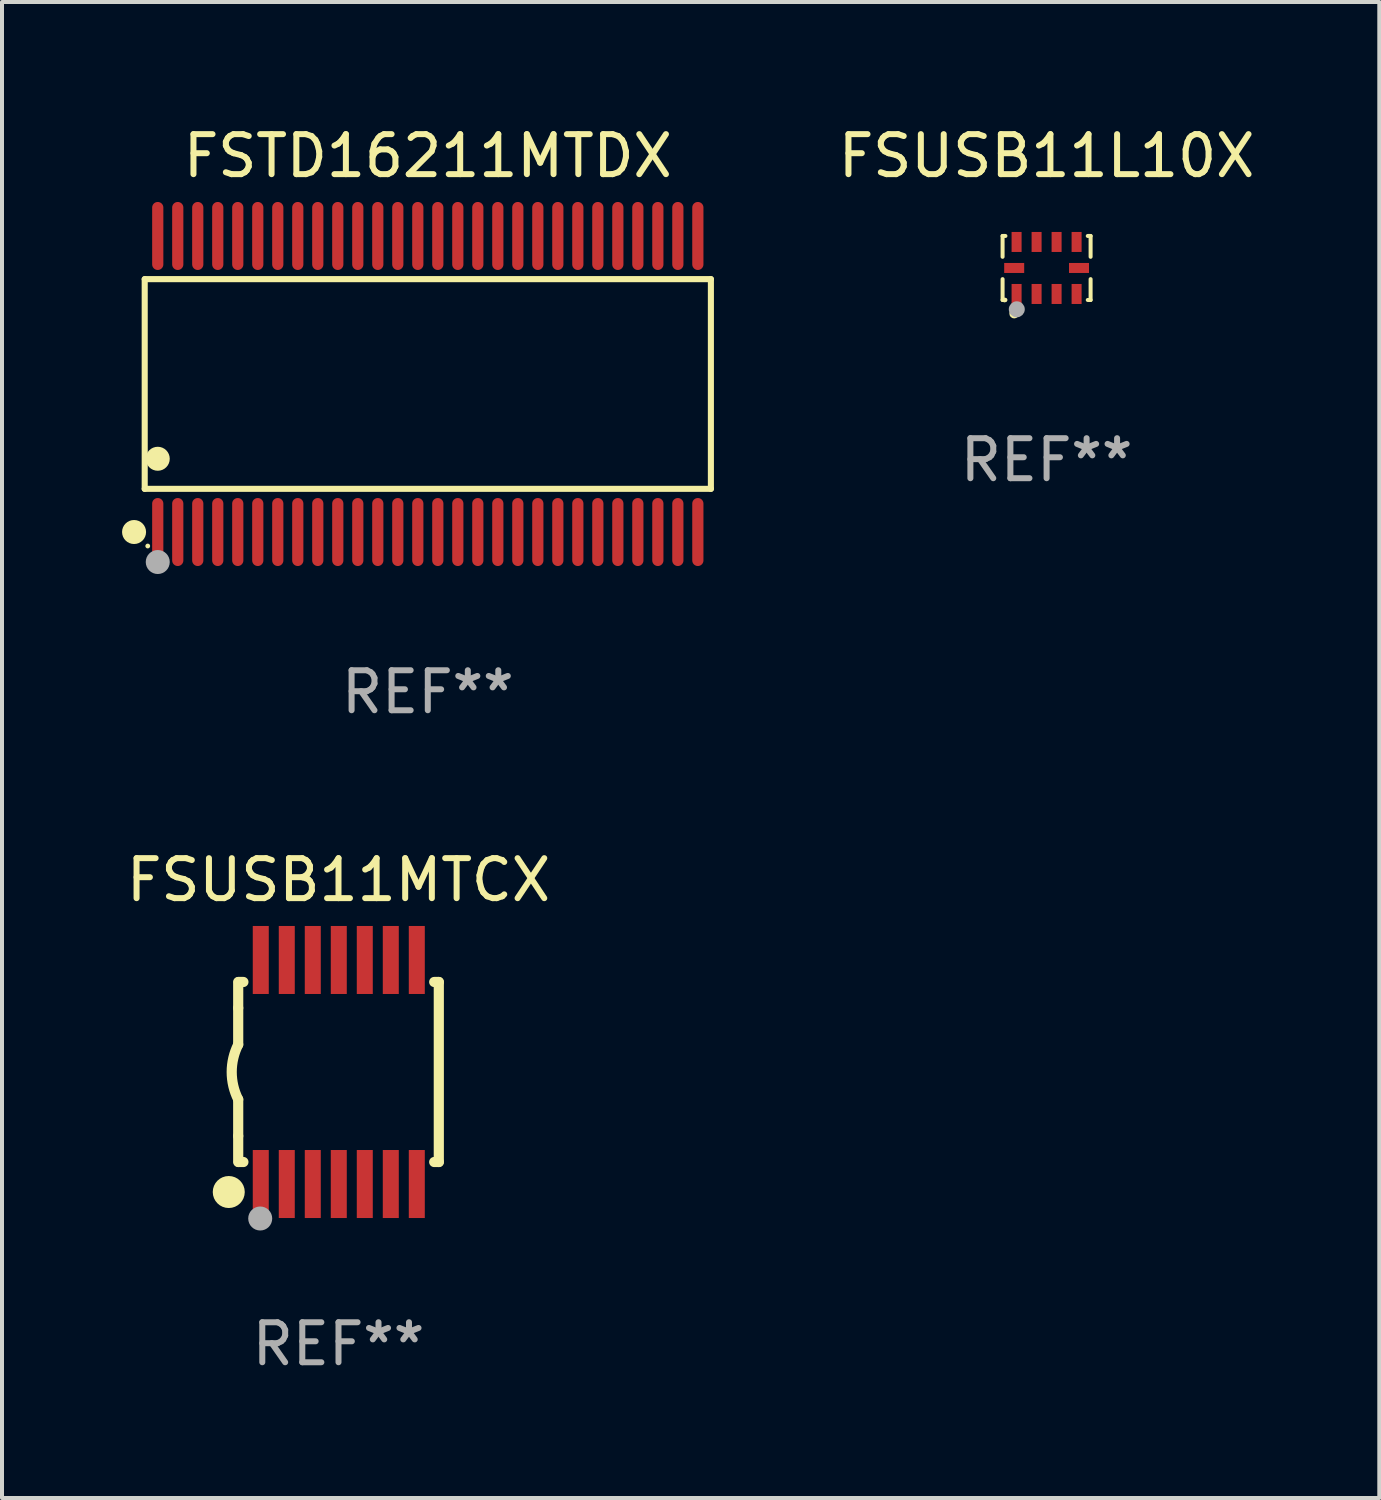
<source format=kicad_pcb>
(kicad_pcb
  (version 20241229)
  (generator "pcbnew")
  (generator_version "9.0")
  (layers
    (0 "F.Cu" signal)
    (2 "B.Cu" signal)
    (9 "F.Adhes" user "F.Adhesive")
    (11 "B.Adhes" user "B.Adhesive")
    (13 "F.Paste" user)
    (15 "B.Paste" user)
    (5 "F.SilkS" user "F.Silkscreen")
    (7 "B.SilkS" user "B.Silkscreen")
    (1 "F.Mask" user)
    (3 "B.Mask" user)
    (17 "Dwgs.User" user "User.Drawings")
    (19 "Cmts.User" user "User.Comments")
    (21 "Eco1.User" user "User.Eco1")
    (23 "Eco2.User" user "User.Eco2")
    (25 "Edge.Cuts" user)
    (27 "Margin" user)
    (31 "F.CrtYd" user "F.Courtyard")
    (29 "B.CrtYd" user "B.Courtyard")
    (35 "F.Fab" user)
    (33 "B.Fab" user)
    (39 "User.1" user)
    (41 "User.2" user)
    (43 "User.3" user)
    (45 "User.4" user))
  (footprint "FSTD16211MTDX"
    (layer "F.Cu")
    (at 7.643 6.548)
    (property "Reference" "FSTD16211MTDX" (at 0 -5.7 0) (layer "F.SilkS") (effects (font (size 1 1) (thickness 0.15))))
    (attr through_hole)
    (fp_line (start -7.076 -2.621) (end 7.076 -2.621) (stroke (width 0.152) (type solid)) (layer "F.SilkS"))
    (fp_line (start -7.076 2.621) (end -7.076 -2.621) (stroke (width 0.152) (type solid)) (layer "F.SilkS"))
    (fp_line (start 7.076 -2.621) (end 7.076 2.621) (stroke (width 0.152) (type solid)) (layer "F.SilkS"))
    (fp_line (start 7.076 2.621) (end -7.076 2.621) (stroke (width 0.152) (type solid)) (layer "F.SilkS"))
    (fp_circle (center -7.342 3.7) (end -7.192 3.7) (stroke (width 0.3) (type solid)) (fill no) (layer "F.SilkS"))
    (fp_circle (center -7 4.05) (end -6.97 4.05) (stroke (width 0.06) (type solid)) (fill no) (layer "F.SilkS"))
    (fp_circle (center -6.75 1.869) (end -6.6 1.869) (stroke (width 0.3) (type solid)) (fill no) (layer "F.SilkS"))
    (fp_circle (center -6.75 4.45) (end -6.6 4.45) (stroke (width 0.3) (type solid)) (fill no) (layer "F.Fab"))
    (fp_text user "REF**" (at 0 7.7 0) (layer "F.Fab") (effects (font (size 1 1) (thickness 0.15))))
    (pad "1" smd oval (at -6.75 3.7) (size 0.28 1.7) (layers "F.Cu" "F.Mask" "F.Paste"))
    (pad "2" smd oval (at -6.25 3.7) (size 0.28 1.7) (layers "F.Cu" "F.Mask" "F.Paste"))
    (pad "3" smd oval (at -5.75 3.7) (size 0.28 1.7) (layers "F.Cu" "F.Mask" "F.Paste"))
    (pad "4" smd oval (at -5.25 3.7) (size 0.28 1.7) (layers "F.Cu" "F.Mask" "F.Paste"))
    (pad "5" smd oval (at -4.75 3.7) (size 0.28 1.7) (layers "F.Cu" "F.Mask" "F.Paste"))
    (pad "6" smd oval (at -4.25 3.7) (size 0.28 1.7) (layers "F.Cu" "F.Mask" "F.Paste"))
    (pad "7" smd oval (at -3.75 3.7) (size 0.28 1.7) (layers "F.Cu" "F.Mask" "F.Paste"))
    (pad "8" smd oval (at -3.25 3.7) (size 0.28 1.7) (layers "F.Cu" "F.Mask" "F.Paste"))
    (pad "9" smd oval (at -2.75 3.7) (size 0.28 1.7) (layers "F.Cu" "F.Mask" "F.Paste"))
    (pad "10" smd oval (at -2.25 3.7) (size 0.28 1.7) (layers "F.Cu" "F.Mask" "F.Paste"))
    (pad "11" smd oval (at -1.75 3.7) (size 0.28 1.7) (layers "F.Cu" "F.Mask" "F.Paste"))
    (pad "12" smd oval (at -1.25 3.7) (size 0.28 1.7) (layers "F.Cu" "F.Mask" "F.Paste"))
    (pad "13" smd oval (at -0.75 3.7) (size 0.28 1.7) (layers "F.Cu" "F.Mask" "F.Paste"))
    (pad "14" smd oval (at -0.25 3.7) (size 0.28 1.7) (layers "F.Cu" "F.Mask" "F.Paste"))
    (pad "15" smd oval (at 0.25 3.7) (size 0.28 1.7) (layers "F.Cu" "F.Mask" "F.Paste"))
    (pad "16" smd oval (at 0.75 3.7) (size 0.28 1.7) (layers "F.Cu" "F.Mask" "F.Paste"))
    (pad "17" smd oval (at 1.25 3.7) (size 0.28 1.7) (layers "F.Cu" "F.Mask" "F.Paste"))
    (pad "18" smd oval (at 1.75 3.7) (size 0.28 1.7) (layers "F.Cu" "F.Mask" "F.Paste"))
    (pad "19" smd oval (at 2.25 3.7) (size 0.28 1.7) (layers "F.Cu" "F.Mask" "F.Paste"))
    (pad "20" smd oval (at 2.75 3.7) (size 0.28 1.7) (layers "F.Cu" "F.Mask" "F.Paste"))
    (pad "21" smd oval (at 3.25 3.7) (size 0.28 1.7) (layers "F.Cu" "F.Mask" "F.Paste"))
    (pad "22" smd oval (at 3.75 3.7) (size 0.28 1.7) (layers "F.Cu" "F.Mask" "F.Paste"))
    (pad "23" smd oval (at 4.25 3.7) (size 0.28 1.7) (layers "F.Cu" "F.Mask" "F.Paste"))
    (pad "24" smd oval (at 4.75 3.7) (size 0.28 1.7) (layers "F.Cu" "F.Mask" "F.Paste"))
    (pad "25" smd oval (at 5.25 3.7) (size 0.28 1.7) (layers "F.Cu" "F.Mask" "F.Paste"))
    (pad "26" smd oval (at 5.75 3.7) (size 0.28 1.7) (layers "F.Cu" "F.Mask" "F.Paste"))
    (pad "27" smd oval (at 6.25 3.7) (size 0.28 1.7) (layers "F.Cu" "F.Mask" "F.Paste"))
    (pad "28" smd oval (at 6.75 3.7) (size 0.28 1.7) (layers "F.Cu" "F.Mask" "F.Paste"))
    (pad "29" smd oval (at 6.75 -3.7) (size 0.28 1.7) (layers "F.Cu" "F.Mask" "F.Paste"))
    (pad "30" smd oval (at 6.25 -3.7) (size 0.28 1.7) (layers "F.Cu" "F.Mask" "F.Paste"))
    (pad "31" smd oval (at 5.75 -3.7) (size 0.28 1.7) (layers "F.Cu" "F.Mask" "F.Paste"))
    (pad "32" smd oval (at 5.25 -3.7) (size 0.28 1.7) (layers "F.Cu" "F.Mask" "F.Paste"))
    (pad "33" smd oval (at 4.75 -3.7) (size 0.28 1.7) (layers "F.Cu" "F.Mask" "F.Paste"))
    (pad "34" smd oval (at 4.25 -3.7) (size 0.28 1.7) (layers "F.Cu" "F.Mask" "F.Paste"))
    (pad "35" smd oval (at 3.75 -3.7) (size 0.28 1.7) (layers "F.Cu" "F.Mask" "F.Paste"))
    (pad "36" smd oval (at 3.25 -3.7) (size 0.28 1.7) (layers "F.Cu" "F.Mask" "F.Paste"))
    (pad "37" smd oval (at 2.75 -3.7) (size 0.28 1.7) (layers "F.Cu" "F.Mask" "F.Paste"))
    (pad "38" smd oval (at 2.25 -3.7) (size 0.28 1.7) (layers "F.Cu" "F.Mask" "F.Paste"))
    (pad "39" smd oval (at 1.75 -3.7) (size 0.28 1.7) (layers "F.Cu" "F.Mask" "F.Paste"))
    (pad "40" smd oval (at 1.25 -3.7) (size 0.28 1.7) (layers "F.Cu" "F.Mask" "F.Paste"))
    (pad "41" smd oval (at 0.75 -3.7) (size 0.28 1.7) (layers "F.Cu" "F.Mask" "F.Paste"))
    (pad "42" smd oval (at 0.25 -3.7) (size 0.28 1.7) (layers "F.Cu" "F.Mask" "F.Paste"))
    (pad "43" smd oval (at -0.25 -3.7) (size 0.28 1.7) (layers "F.Cu" "F.Mask" "F.Paste"))
    (pad "44" smd oval (at -0.75 -3.7) (size 0.28 1.7) (layers "F.Cu" "F.Mask" "F.Paste"))
    (pad "45" smd oval (at -1.25 -3.7) (size 0.28 1.7) (layers "F.Cu" "F.Mask" "F.Paste"))
    (pad "46" smd oval (at -1.75 -3.7) (size 0.28 1.7) (layers "F.Cu" "F.Mask" "F.Paste"))
    (pad "47" smd oval (at -2.25 -3.7) (size 0.28 1.7) (layers "F.Cu" "F.Mask" "F.Paste"))
    (pad "48" smd oval (at -2.75 -3.7) (size 0.28 1.7) (layers "F.Cu" "F.Mask" "F.Paste"))
    (pad "49" smd oval (at -3.25 -3.7) (size 0.28 1.7) (layers "F.Cu" "F.Mask" "F.Paste"))
    (pad "50" smd oval (at -3.75 -3.7) (size 0.28 1.7) (layers "F.Cu" "F.Mask" "F.Paste"))
    (pad "51" smd oval (at -4.25 -3.7) (size 0.28 1.7) (layers "F.Cu" "F.Mask" "F.Paste"))
    (pad "52" smd oval (at -4.75 -3.7) (size 0.28 1.7) (layers "F.Cu" "F.Mask" "F.Paste"))
    (pad "53" smd oval (at -5.25 -3.7) (size 0.28 1.7) (layers "F.Cu" "F.Mask" "F.Paste"))
    (pad "54" smd oval (at -5.75 -3.7) (size 0.28 1.7) (layers "F.Cu" "F.Mask" "F.Paste"))
    (pad "55" smd oval (at -6.25 -3.7) (size 0.28 1.7) (layers "F.Cu" "F.Mask" "F.Paste"))
    (pad "56" smd oval (at -6.75 -3.7) (size 0.28 1.7) (layers "F.Cu" "F.Mask" "F.Paste")))
  (footprint "FSUSB11L10X"
    (layer "F.Cu")
    (at 23.11 3.648)
    (property "Reference" "FSUSB11L10X" (at 0 -2.8 0) (layer "F.SilkS") (effects (font (size 1 1) (thickness 0.15))))
    (attr through_hole)
    (fp_line (start -1.1 -0.8) (end -1.1 -0.279) (stroke (width 0.1) (type solid)) (layer "F.SilkS"))
    (fp_line (start -1.1 0.279) (end -1.1 0.8) (stroke (width 0.1) (type solid)) (layer "F.SilkS"))
    (fp_line (start -1.1 0.8) (end -1.029 0.8) (stroke (width 0.1) (type solid)) (layer "F.SilkS"))
    (fp_line (start -1.029 -0.8) (end -1.1 -0.8) (stroke (width 0.1) (type solid)) (layer "F.SilkS"))
    (fp_line (start 1.029 0.8) (end 1.1 0.8) (stroke (width 0.1) (type solid)) (layer "F.SilkS"))
    (fp_line (start 1.1 -0.8) (end 1.029 -0.8) (stroke (width 0.1) (type solid)) (layer "F.SilkS"))
    (fp_line (start 1.1 -0.8) (end 1.1 -0.279) (stroke (width 0.1) (type solid)) (layer "F.SilkS"))
    (fp_line (start 1.1 0.279) (end 1.1 0.8) (stroke (width 0.1) (type solid)) (layer "F.SilkS"))
    (fp_circle (center -1.05 0.8) (end -1.02 0.8) (stroke (width 0.06) (type solid)) (fill no) (layer "F.SilkS"))
    (fp_circle (center -0.81 1.14) (end -0.739 1.14) (stroke (width 0.1) (type solid)) (fill no) (layer "F.SilkS"))
    (fp_circle (center -0.745 1.033) (end -0.645 1.033) (stroke (width 0.2) (type solid)) (fill no) (layer "F.Fab"))
    (fp_text user "REF**" (at 0 4.8 0) (layer "F.Fab") (effects (font (size 1 1) (thickness 0.15))))
    (pad "1" smd rect (at -0.75 0.65) (size 0.25 0.5) (layers "F.Cu" "F.Mask" "F.Paste"))
    (pad "2" smd rect (at -0.25 0.65) (size 0.25 0.5) (layers "F.Cu" "F.Mask" "F.Paste"))
    (pad "3" smd rect (at 0.25 0.65) (size 0.25 0.5) (layers "F.Cu" "F.Mask" "F.Paste"))
    (pad "4" smd rect (at 0.75 0.65) (size 0.25 0.5) (layers "F.Cu" "F.Mask" "F.Paste"))
    (pad "5" smd rect (at 0.81 0.000013 90) (size 0.25 0.5) (layers "F.Cu" "F.Mask" "F.Paste"))
    (pad "6" smd rect (at 0.75 -0.65) (size 0.25 0.5) (layers "F.Cu" "F.Mask" "F.Paste"))
    (pad "7" smd rect (at 0.25 -0.65) (size 0.25 0.5) (layers "F.Cu" "F.Mask" "F.Paste"))
    (pad "8" smd rect (at -0.25 -0.65) (size 0.25 0.5) (layers "F.Cu" "F.Mask" "F.Paste"))
    (pad "9" smd rect (at -0.75 -0.65) (size 0.25 0.5) (layers "F.Cu" "F.Mask" "F.Paste"))
    (pad "10" smd rect (at -0.81 0.000013 90) (size 0.25 0.5) (layers "F.Cu" "F.Mask" "F.Paste")))
  (footprint "FSUSB11MTCX"
    (layer "F.Cu")
    (at 5.411 23.745)
    (property "Reference" "FSUSB11MTCX" (at 0 -4.8 0) (layer "F.SilkS") (effects (font (size 1 1) (thickness 0.15))))
    (attr through_hole)
    (fp_line (start -2.507 -1.6) (end -2.507 -2.25) (stroke (width 0.254) (type solid)) (layer "F.SilkS"))
    (fp_line (start -2.507 -0.686) (end -2.507 -1.6) (stroke (width 0.254) (type solid)) (layer "F.SilkS"))
    (fp_line (start -2.507 1.6) (end -2.507 0.686) (stroke (width 0.254) (type solid)) (layer "F.SilkS"))
    (fp_line (start -2.507 1.6) (end -2.507 2.25) (stroke (width 0.254) (type solid)) (layer "F.SilkS"))
    (fp_line (start -2.493 -2.25) (end -2.377 -2.25) (stroke (width 0.254) (type solid)) (layer "F.SilkS"))
    (fp_line (start -2.377 2.25) (end -2.493 2.25) (stroke (width 0.254) (type solid)) (layer "F.SilkS"))
    (fp_line (start 2.392 -2.25) (end 2.507 -2.25) (stroke (width 0.254) (type solid)) (layer "F.SilkS"))
    (fp_line (start 2.507 -2.25) (end 2.507 2.25) (stroke (width 0.254) (type solid)) (layer "F.SilkS"))
    (fp_line (start 2.507 2.25) (end 2.392 2.25) (stroke (width 0.254) (type solid)) (layer "F.SilkS"))
    (fp_arc (start -2.507303 0.685802) (mid -2.669199 0) (end -2.507303 -0.685801) (stroke (width 0.254001) (type solid)) (layer "F.SilkS"))
    (fp_circle (center -2.743 3) (end -2.543 3) (stroke (width 0.4) (type solid)) (fill no) (layer "F.SilkS"))
    (fp_circle (center -2.493 3.2) (end -2.463 3.2) (stroke (width 0.06) (type solid)) (fill no) (layer "F.SilkS"))
    (fp_circle (center -1.957 3.662) (end -1.807 3.662) (stroke (width 0.3) (type solid)) (fill no) (layer "F.Fab"))
    (fp_text user "REF**" (at 0 6.8 0) (layer "F.Fab") (effects (font (size 1 1) (thickness 0.15))))
    (pad "1" smd rect (at -1.943 2.8) (size 0.4 1.7) (layers "F.Cu" "F.Mask" "F.Paste"))
    (pad "2" smd rect (at -1.293 2.8) (size 0.4 1.7) (layers "F.Cu" "F.Mask" "F.Paste"))
    (pad "3" smd rect (at -0.643 2.8) (size 0.4 1.7) (layers "F.Cu" "F.Mask" "F.Paste"))
    (pad "4" smd rect (at 0.007 2.8) (size 0.4 1.7) (layers "F.Cu" "F.Mask" "F.Paste"))
    (pad "5" smd rect (at 0.657 2.8) (size 0.4 1.7) (layers "F.Cu" "F.Mask" "F.Paste"))
    (pad "6" smd rect (at 1.307 2.8) (size 0.4 1.7) (layers "F.Cu" "F.Mask" "F.Paste"))
    (pad "7" smd rect (at 1.957 2.8) (size 0.4 1.7) (layers "F.Cu" "F.Mask" "F.Paste"))
    (pad "8" smd rect (at 1.957 -2.8) (size 0.4 1.7) (layers "F.Cu" "F.Mask" "F.Paste"))
    (pad "9" smd rect (at 1.307 -2.8) (size 0.4 1.7) (layers "F.Cu" "F.Mask" "F.Paste"))
    (pad "10" smd rect (at 0.657 -2.8) (size 0.4 1.7) (layers "F.Cu" "F.Mask" "F.Paste"))
    (pad "11" smd rect (at 0.007 -2.8) (size 0.4 1.7) (layers "F.Cu" "F.Mask" "F.Paste"))
    (pad "12" smd rect (at -0.643 -2.8) (size 0.4 1.7) (layers "F.Cu" "F.Mask" "F.Paste"))
    (pad "13" smd rect (at -1.293 -2.8) (size 0.4 1.7) (layers "F.Cu" "F.Mask" "F.Paste"))
    (pad "14" smd rect (at -1.943 -2.8) (size 0.4 1.7) (layers "F.Cu" "F.Mask" "F.Paste")))
  (gr_rect
    (start -3 -3)
    (end 31.426 34.393)
    (stroke (width 0.1) (type default))
    (fill no)
    (layer "Edge.Cuts")))
</source>
